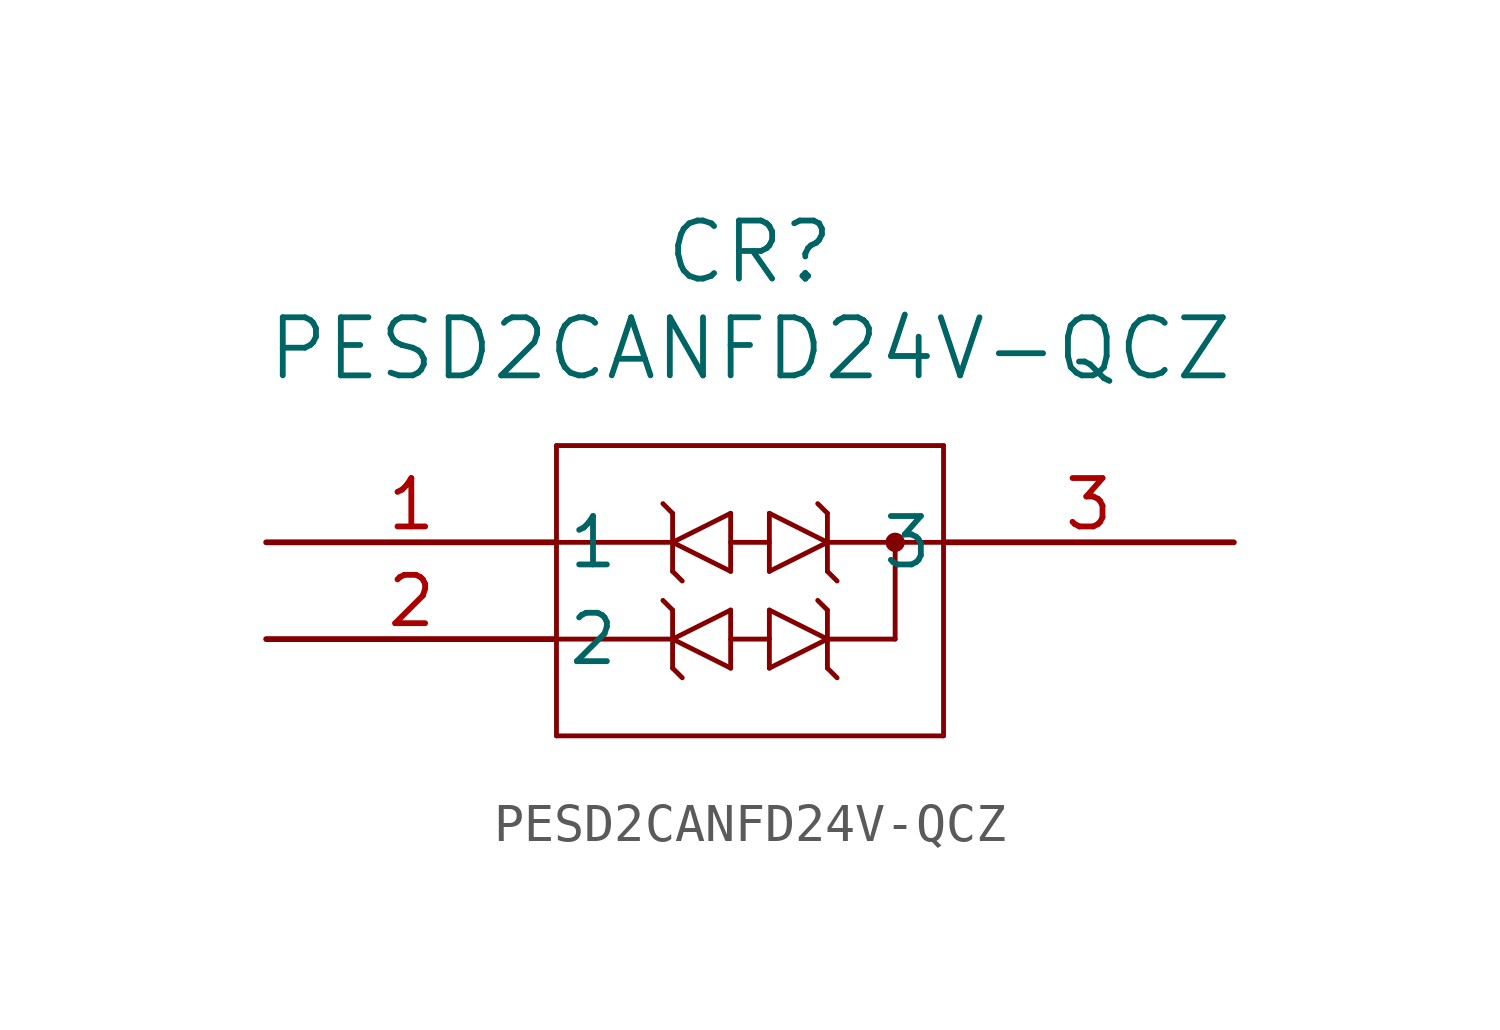
<source format=kicad_sym>
(kicad_symbol_lib
  (version 20211014)
  (generator kicad_symbol_editor)
  (symbol "PESD2CANFD24V-QCZ"
    (pin_names
      (offset 0.254))
    (property "Reference" "CR"
      (at 12.7 7.62 0)
      (effects (font (size 1.524 1.524))))
    (property "Value" "PESD2CANFD24V-QCZ"
      (at 12.7 5.08 0)
      (effects (font (size 1.524 1.524))))
    (symbol "PESD2CANFD24V-QCZ_0_1"
      (polyline (pts (xy 7.62 2.54) (xy 7.62 -5.08)) (stroke (width 0.127) (type default) (color 0 0 0 0)) (fill (type none)))
      (polyline (pts (xy 7.62 -5.08) (xy 17.78 -5.08)) (stroke (width 0.127) (type default) (color 0 0 0 0)) (fill (type none)))
      (polyline (pts (xy 17.78 -5.08) (xy 17.78 2.54)) (stroke (width 0.127) (type default) (color 0 0 0 0)) (fill (type none)))
      (polyline (pts (xy 17.78 2.54) (xy 7.62 2.54)) (stroke (width 0.127) (type default) (color 0 0 0 0)) (fill (type none)))
      (polyline (pts (xy 7.62 -2.54) (xy 10.668 -2.54)) (stroke (width 0.127) (type default) (color 0 0 0 0)) (fill (type none)))
      (circle (center 16.51 0) (radius 0.127) (stroke (width 0.254) (type default) (color 0 0 0 0)) (fill (type none)))
      (polyline (pts (xy 14.732 -2.54) (xy 16.51 -2.54)) (stroke (width 0.127) (type default) (color 0 0 0 0)) (fill (type none)))
      (polyline (pts (xy 14.732 0) (xy 17.78 0)) (stroke (width 0.127) (type default) (color 0 0 0 0)) (fill (type none)))
      (polyline (pts (xy 16.51 0) (xy 16.51 -2.54)) (stroke (width 0.127) (type default) (color 0 0 0 0)) (fill (type none)))
      (polyline (pts (xy 13.208 0.762) (xy 13.208 -0.762)) (stroke (width 0.127) (type default) (color 0 0 0 0)) (fill (type none)))
      (polyline (pts (xy 13.208 -0.762) (xy 14.732 0)) (stroke (width 0.127) (type default) (color 0 0 0 0)) (fill (type none)))
      (polyline (pts (xy 14.732 0) (xy 13.208 0.762)) (stroke (width 0.127) (type default) (color 0 0 0 0)) (fill (type none)))
      (polyline (pts (xy 14.732 0.762) (xy 14.732 -0.762)) (stroke (width 0.127) (type default) (color 0 0 0 0)) (fill (type none)))
      (polyline (pts (xy 13.208 -1.778) (xy 13.208 -3.302)) (stroke (width 0.127) (type default) (color 0 0 0 0)) (fill (type none)))
      (polyline (pts (xy 13.208 -3.302) (xy 14.732 -2.54)) (stroke (width 0.127) (type default) (color 0 0 0 0)) (fill (type none)))
      (polyline (pts (xy 14.732 -2.54) (xy 13.208 -1.778)) (stroke (width 0.127) (type default) (color 0 0 0 0)) (fill (type none)))
      (polyline (pts (xy 14.732 -1.778) (xy 14.732 -3.302)) (stroke (width 0.127) (type default) (color 0 0 0 0)) (fill (type none)))
      (polyline (pts (xy 10.668 0.762) (xy 10.414 1.016)) (stroke (width 0.127) (type default) (color 0 0 0 0)) (fill (type none)))
      (polyline (pts (xy 12.192 -3.302) (xy 12.192 -1.778)) (stroke (width 0.127) (type default) (color 0 0 0 0)) (fill (type none)))
      (polyline (pts (xy 12.192 -1.778) (xy 10.668 -2.54)) (stroke (width 0.127) (type default) (color 0 0 0 0)) (fill (type none)))
      (polyline (pts (xy 10.668 -2.54) (xy 12.192 -3.302)) (stroke (width 0.127) (type default) (color 0 0 0 0)) (fill (type none)))
      (polyline (pts (xy 10.668 -3.302) (xy 10.668 -1.778)) (stroke (width 0.127) (type default) (color 0 0 0 0)) (fill (type none)))
      (polyline (pts (xy 12.192 -0.762) (xy 12.192 0.762)) (stroke (width 0.127) (type default) (color 0 0 0 0)) (fill (type none)))
      (polyline (pts (xy 12.192 0.762) (xy 10.668 0)) (stroke (width 0.127) (type default) (color 0 0 0 0)) (fill (type none)))
      (polyline (pts (xy 10.668 0) (xy 12.192 -0.762)) (stroke (width 0.127) (type default) (color 0 0 0 0)) (fill (type none)))
      (polyline (pts (xy 10.668 -0.762) (xy 10.668 0.762)) (stroke (width 0.127) (type default) (color 0 0 0 0)) (fill (type none)))
      (polyline (pts (xy 10.668 0) (xy 7.62 0)) (stroke (width 0.127) (type default) (color 0 0 0 0)) (fill (type none)))
      (polyline (pts (xy 12.192 0) (xy 13.208 0)) (stroke (width 0.127) (type default) (color 0 0 0 0)) (fill (type none)))
      (polyline (pts (xy 12.192 -2.54) (xy 13.208 -2.54)) (stroke (width 0.127) (type default) (color 0 0 0 0)) (fill (type none)))
      (polyline (pts (xy 10.668 -0.762) (xy 10.922 -1.016)) (stroke (width 0.127) (type default) (color 0 0 0 0)) (fill (type none)))
      (polyline (pts (xy 14.732 0.762) (xy 14.478 1.016)) (stroke (width 0.127) (type default) (color 0 0 0 0)) (fill (type none)))
      (polyline (pts (xy 14.732 -0.762) (xy 14.986 -1.016)) (stroke (width 0.127) (type default) (color 0 0 0 0)) (fill (type none)))
      (polyline (pts (xy 14.732 -1.778) (xy 14.478 -1.524)) (stroke (width 0.127) (type default) (color 0 0 0 0)) (fill (type none)))
      (polyline (pts (xy 14.732 -3.302) (xy 14.986 -3.556)) (stroke (width 0.127) (type default) (color 0 0 0 0)) (fill (type none)))
      (polyline (pts (xy 10.668 -3.302) (xy 10.922 -3.556)) (stroke (width 0.127) (type default) (color 0 0 0 0)) (fill (type none)))
      (polyline (pts (xy 10.668 -1.778) (xy 10.414 -1.524)) (stroke (width 0.127) (type default) (color 0 0 0 0)) (fill (type none)))
      (pin unspecified line (at 0 0 0) (length 7.62) (name "1" (effects (font (size 1.27 1.27)))) (number "1" (effects (font (size 1.27 1.27)))))
      (pin unspecified line (at 0 -2.54 0) (length 7.62) (name "2" (effects (font (size 1.27 1.27)))) (number "2" (effects (font (size 1.27 1.27)))))
      (pin unspecified line (at 25.4 0 180) (length 7.62) (name "3" (effects (font (size 1.27 1.27)))) (number "3" (effects (font (size 1.27 1.27))))))))
</source>
